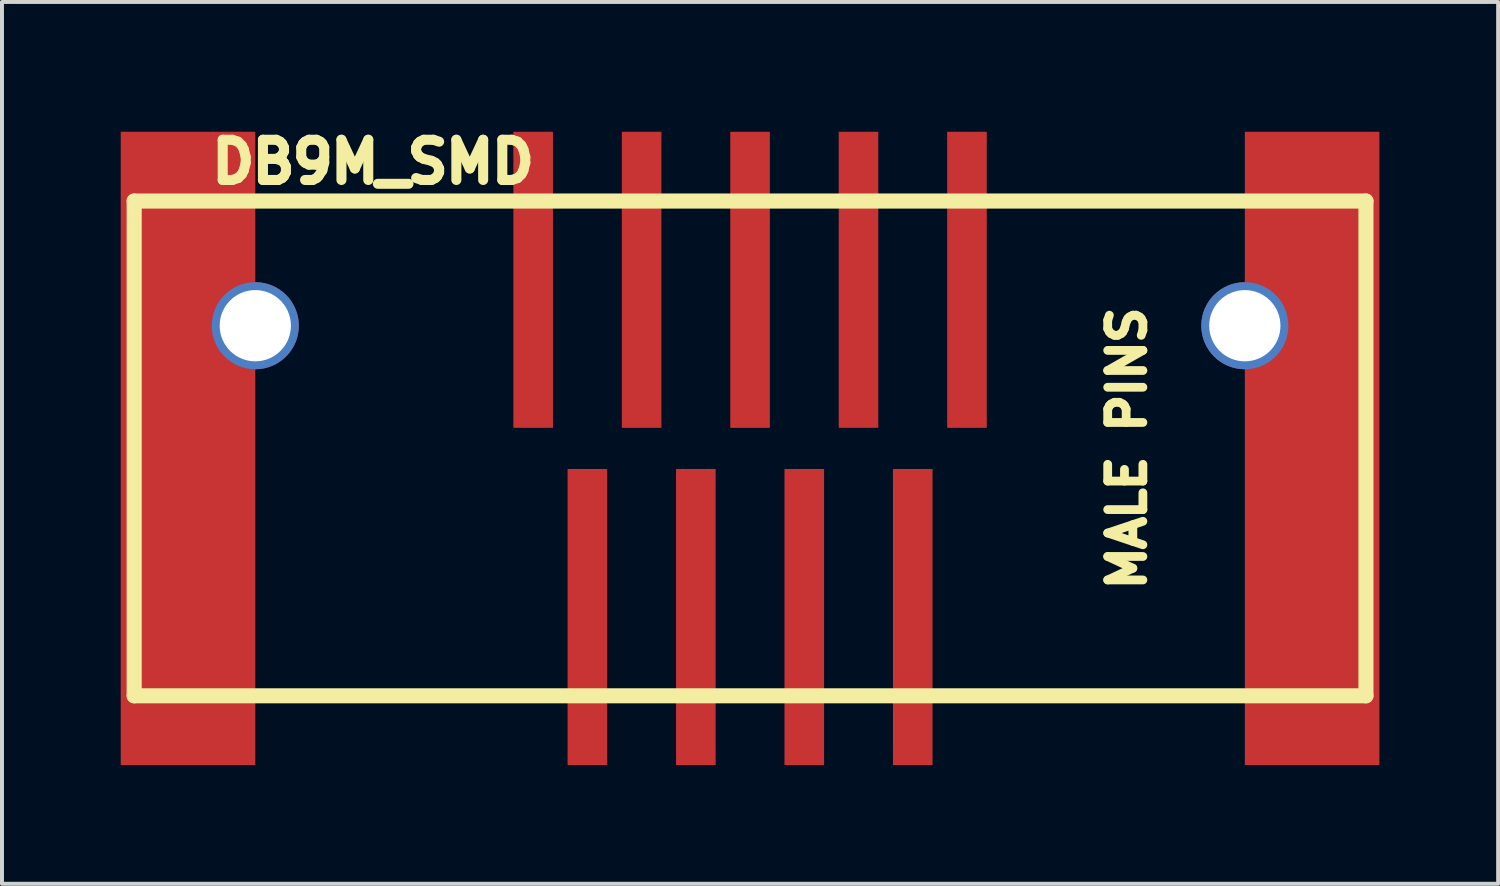
<source format=kicad_pcb>
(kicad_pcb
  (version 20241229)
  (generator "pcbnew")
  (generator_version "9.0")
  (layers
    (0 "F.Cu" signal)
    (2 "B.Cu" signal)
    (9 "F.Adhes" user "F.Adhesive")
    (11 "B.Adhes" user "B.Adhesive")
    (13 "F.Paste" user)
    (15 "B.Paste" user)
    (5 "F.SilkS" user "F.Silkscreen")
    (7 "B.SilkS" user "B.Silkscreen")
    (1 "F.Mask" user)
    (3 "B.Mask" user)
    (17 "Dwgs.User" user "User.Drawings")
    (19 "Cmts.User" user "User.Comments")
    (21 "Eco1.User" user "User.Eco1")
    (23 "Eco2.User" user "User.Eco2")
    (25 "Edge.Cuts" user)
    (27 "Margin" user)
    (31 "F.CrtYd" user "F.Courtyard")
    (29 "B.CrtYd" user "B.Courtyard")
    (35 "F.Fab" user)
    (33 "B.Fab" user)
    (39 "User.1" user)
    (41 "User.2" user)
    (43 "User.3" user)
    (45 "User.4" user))
  (footprint "DB9M_SMD"
    (layer "F.Cu")
    (at 15.9 8.279)
    (property "Reference" "DB9M_SMD" (at -9.525 -7.239 0) (layer "F.SilkS") (effects (font (size 1.016 1.016) (thickness 0.254))))
    (attr through_hole)
    (fp_line (start -15.56 -6.25) (end -15.56 6.25) (stroke (width 0.381) (type solid)) (layer "F.SilkS"))
    (fp_line (start -15.56 6.25) (end 15.56 6.25) (stroke (width 0.381) (type solid)) (layer "F.SilkS"))
    (fp_line (start 15.56 -6.25) (end -15.56 -6.25) (stroke (width 0.381) (type solid)) (layer "F.SilkS"))
    (fp_line (start 15.56 6.25) (end 15.56 -6.25) (stroke (width 0.381) (type solid)) (layer "F.SilkS"))
    (fp_text user "MALE PINS" (at 9.525 0 90) (layer "F.SilkS") (effects (font (size 0.889 0.889) (thickness 0.222))))
    (pad "" smd rect (at -14.2 0) (size 3.4 16) (layers "F.Cu" "F.Mask"))
    (pad "" thru_hole circle (at -12.5 -3.1) (size 2.2 2.2) (drill 1.8) (layers "*.Cu" "*.Mask"))
    (pad "" thru_hole circle (at 12.5 -3.1) (size 2.2 2.2) (drill 1.8) (layers "*.Cu" "*.Mask"))
    (pad "" smd rect (at 14.2 0) (size 3.4 16) (layers "F.Cu" "F.Mask"))
    (pad "1" smd rect (at -5.48 -4.26) (size 1 7.48) (layers "F.Cu" "F.Mask"))
    (pad "2" smd rect (at -2.74 -4.26) (size 1 7.48) (layers "F.Cu" "F.Mask"))
    (pad "3" smd rect (at 0 -4.26) (size 1 7.48) (layers "F.Cu" "F.Mask"))
    (pad "4" smd rect (at 2.74 -4.26) (size 1 7.48) (layers "F.Cu" "F.Mask"))
    (pad "5" smd rect (at 5.48 -4.26) (size 1 7.48) (layers "F.Cu" "F.Mask"))
    (pad "6" smd rect (at -4.11 4.26) (size 1 7.48) (layers "F.Cu" "F.Mask"))
    (pad "7" smd rect (at -1.37 4.26) (size 1 7.48) (layers "F.Cu" "F.Mask"))
    (pad "8" smd rect (at 1.37 4.26) (size 1 7.48) (layers "F.Cu" "F.Mask"))
    (pad "9" smd rect (at 4.11 4.26) (size 1 7.48) (layers "F.Cu" "F.Mask")))
  (gr_rect
    (start -3 -3)
    (end 34.8 19.279)
    (stroke (width 0.1) (type default))
    (fill no)
    (layer "Edge.Cuts")))
</source>
